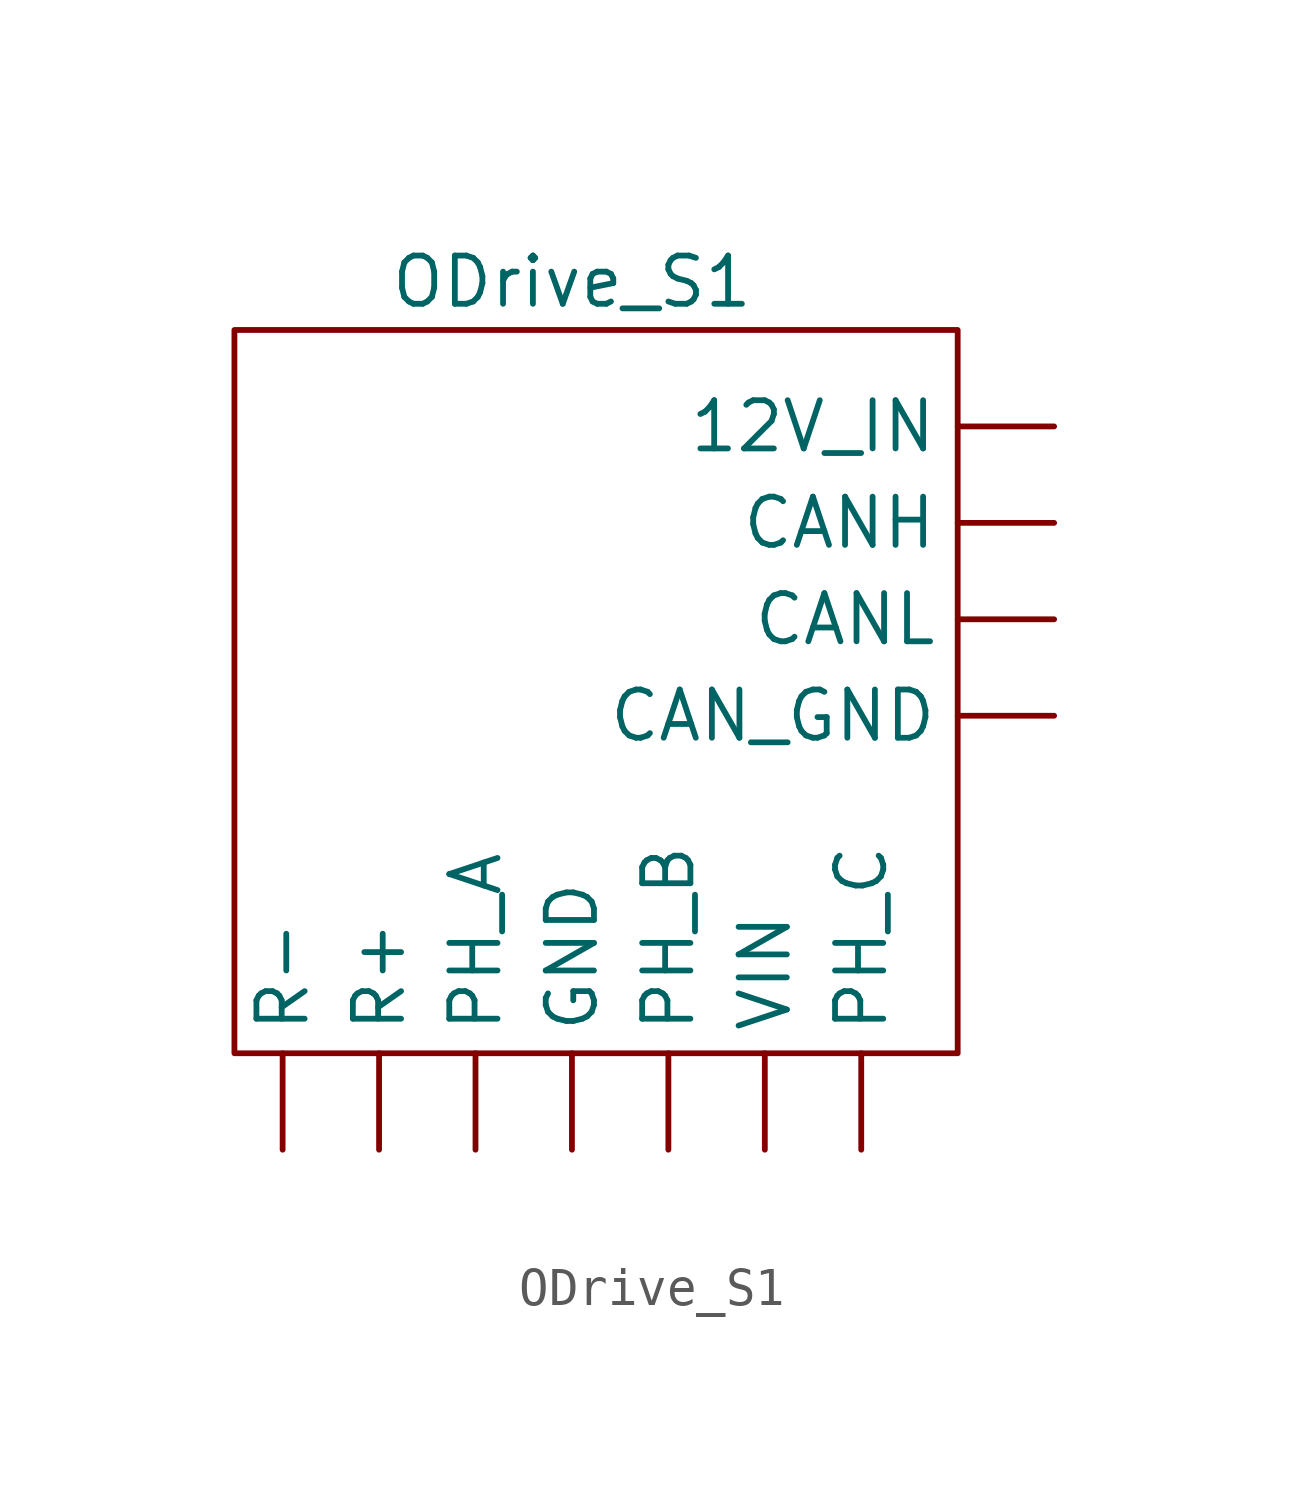
<source format=kicad_sym>
(kicad_symbol_lib
  (version 20211014)
  (generator kicad_symbol_editor)
  (symbol "ODrive_S1"
    (property "Reference" "U"
      (at 0 0 0)
      (effects (font (size 1.27 1.27)) hide))
    (property "Value" "ODrive_S1"
      (at 0 3.81 0)
      (effects (font (size 1.27 1.27))))
    (symbol "ODrive_S1_0_0"
      (rectangle (start -8.89 2.54) (end 10.16 -16.51) (stroke (width 0) (type default) (color 0 0 0 0)) (fill (type none))))
    (symbol "ODrive_S1_1_1"
      (pin input line (at 12.7 0 180) (length 2.54) (name "12V_IN" (effects (font (size 1.27 1.27)))) (number "" (effects (font (size 1.27 1.27)))))
      (pin bidirectional line (at 12.7 -2.54 180) (length 2.54) (name "CANH" (effects (font (size 1.27 1.27)))) (number "" (effects (font (size 1.27 1.27)))))
      (pin bidirectional line (at 12.7 -5.08 180) (length 2.54) (name "CANL" (effects (font (size 1.27 1.27)))) (number "" (effects (font (size 1.27 1.27)))))
      (pin input line (at 12.7 -7.62 180) (length 2.54) (name "CAN_GND" (effects (font (size 1.27 1.27)))) (number "" (effects (font (size 1.27 1.27)))))
      (pin input line (at 0 -19.05 90) (length 2.54) (name "GND" (effects (font (size 1.27 1.27)))) (number "" (effects (font (size 1.27 1.27)))))
      (pin output line (at -2.54 -19.05 90) (length 2.54) (name "PH_A" (effects (font (size 1.27 1.27)))) (number "" (effects (font (size 1.27 1.27)))))
      (pin output line (at 2.54 -19.05 90) (length 2.54) (name "PH_B" (effects (font (size 1.27 1.27)))) (number "" (effects (font (size 1.27 1.27)))))
      (pin output line (at 7.62 -19.05 90) (length 2.54) (name "PH_C" (effects (font (size 1.27 1.27)))) (number "" (effects (font (size 1.27 1.27)))))
      (pin bidirectional line (at -5.08 -19.05 90) (length 2.54) (name "R+" (effects (font (size 1.27 1.27)))) (number "" (effects (font (size 1.27 1.27)))))
      (pin bidirectional line (at -7.62 -19.05 90) (length 2.54) (name "R-" (effects (font (size 1.27 1.27)))) (number "" (effects (font (size 1.27 1.27)))))
      (pin input line (at 5.08 -19.05 90) (length 2.54) (name "VIN" (effects (font (size 1.27 1.27)))) (number "" (effects (font (size 1.27 1.27))))))))
</source>
